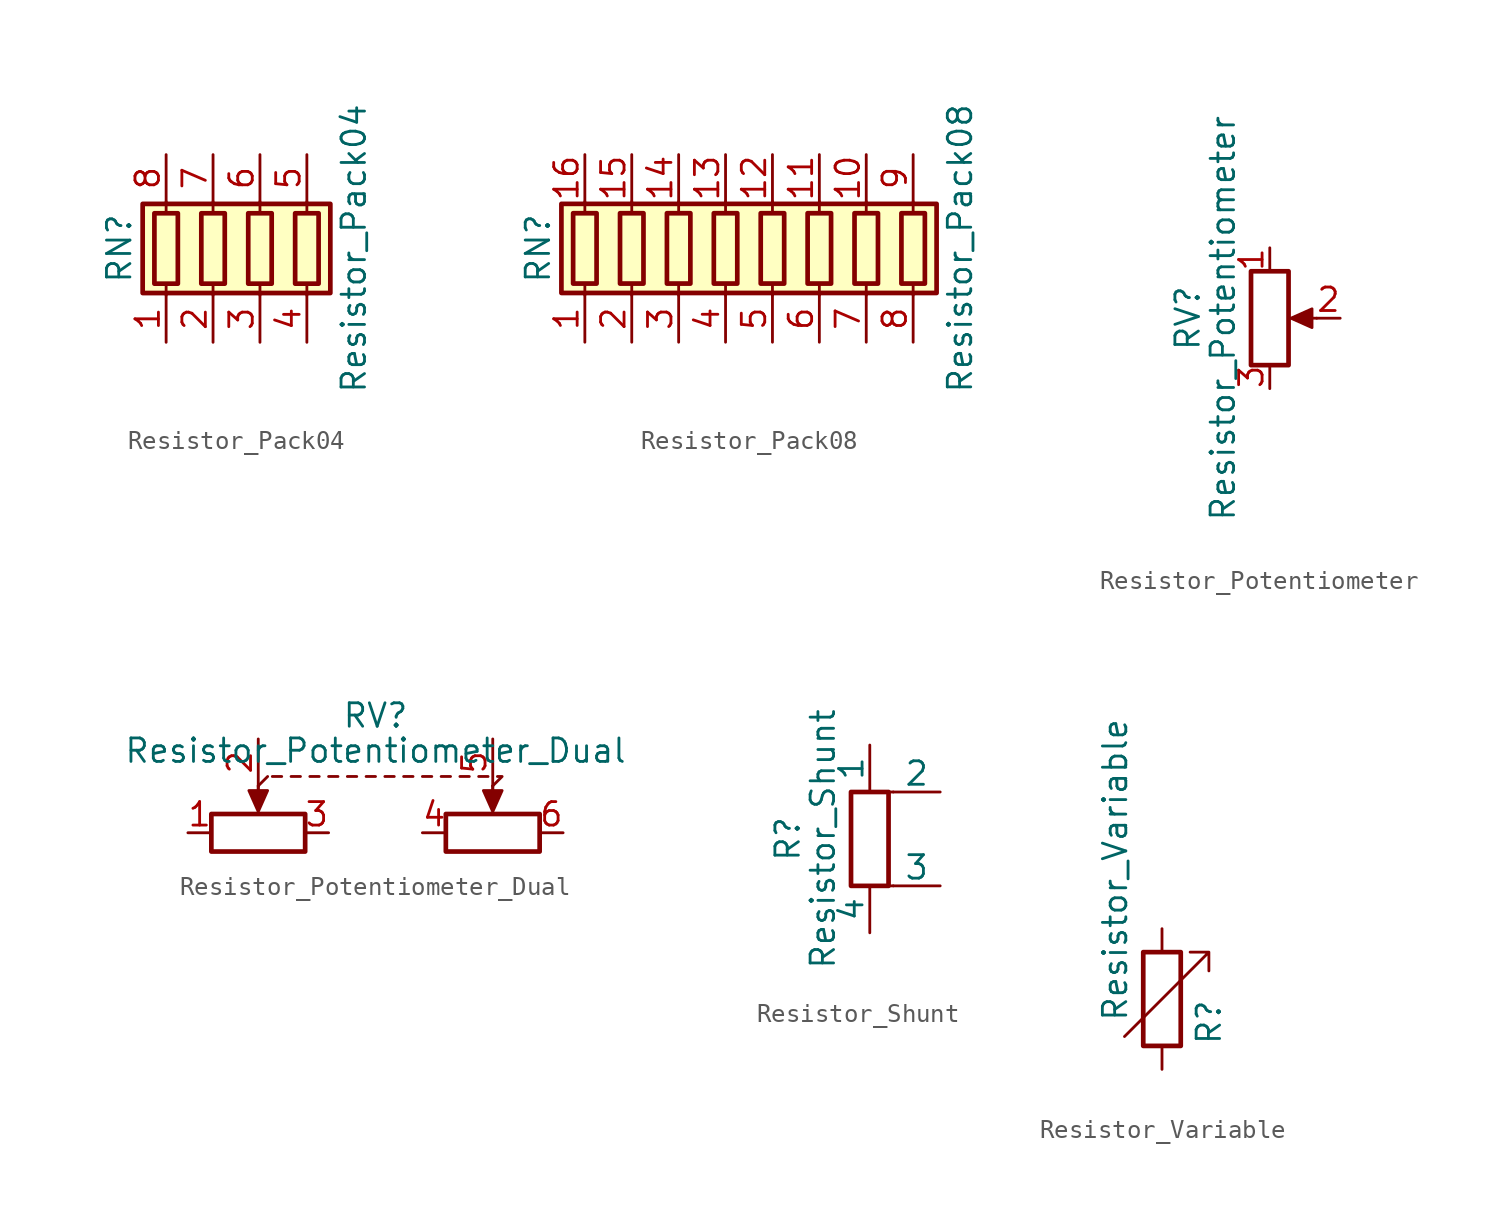
<source format=kicad_sym>
(kicad_symbol_lib
  (version 20211014)
  (generator kicad_symbol_editor)
  (symbol "Resistor_Pack04"
    (pin_names
      (offset 0) hide)
    (property "Reference" "RN"
      (at -7.62 0 90)
      (effects (font (size 1.27 1.27))))
    (property "Value" "Resistor_Pack04"
      (at 5.08 0 90)
      (effects (font (size 1.27 1.27))))
    (symbol "Resistor_Pack04_0_1"
      (rectangle (start -6.35 -2.413) (end 3.81 2.413) (stroke (width 0.254) (type default) (color 0 0 0 0)) (fill (type background)))
      (rectangle (start -5.715 1.905) (end -4.445 -1.905) (stroke (width 0.254) (type default) (color 0 0 0 0)) (fill (type none)))
      (rectangle (start -3.175 1.905) (end -1.905 -1.905) (stroke (width 0.254) (type default) (color 0 0 0 0)) (fill (type none)))
      (rectangle (start -0.635 1.905) (end 0.635 -1.905) (stroke (width 0.254) (type default) (color 0 0 0 0)) (fill (type none)))
      (polyline (pts (xy -5.08 -2.54) (xy -5.08 -1.905)) (stroke (width 0) (type default) (color 0 0 0 0)) (fill (type none)))
      (polyline (pts (xy -5.08 1.905) (xy -5.08 2.54)) (stroke (width 0) (type default) (color 0 0 0 0)) (fill (type none)))
      (polyline (pts (xy -2.54 -2.54) (xy -2.54 -1.905)) (stroke (width 0) (type default) (color 0 0 0 0)) (fill (type none)))
      (polyline (pts (xy -2.54 1.905) (xy -2.54 2.54)) (stroke (width 0) (type default) (color 0 0 0 0)) (fill (type none)))
      (polyline (pts (xy 0 -2.54) (xy 0 -1.905)) (stroke (width 0) (type default) (color 0 0 0 0)) (fill (type none)))
      (polyline (pts (xy 0 1.905) (xy 0 2.54)) (stroke (width 0) (type default) (color 0 0 0 0)) (fill (type none)))
      (polyline (pts (xy 2.54 -2.54) (xy 2.54 -1.905)) (stroke (width 0) (type default) (color 0 0 0 0)) (fill (type none)))
      (polyline (pts (xy 2.54 1.905) (xy 2.54 2.54)) (stroke (width 0) (type default) (color 0 0 0 0)) (fill (type none)))
      (rectangle (start 1.905 1.905) (end 3.175 -1.905) (stroke (width 0.254) (type default) (color 0 0 0 0)) (fill (type none))))
    (symbol "Resistor_Pack04_1_1"
      (pin passive line (at -5.08 -5.08 90) (length 2.54) (name "R1.1" (effects (font (size 1.27 1.27)))) (number "1" (effects (font (size 1.27 1.27)))))
      (pin passive line (at -2.54 -5.08 90) (length 2.54) (name "R2.1" (effects (font (size 1.27 1.27)))) (number "2" (effects (font (size 1.27 1.27)))))
      (pin passive line (at 0 -5.08 90) (length 2.54) (name "R3.1" (effects (font (size 1.27 1.27)))) (number "3" (effects (font (size 1.27 1.27)))))
      (pin passive line (at 2.54 -5.08 90) (length 2.54) (name "R4.1" (effects (font (size 1.27 1.27)))) (number "4" (effects (font (size 1.27 1.27)))))
      (pin passive line (at 2.54 5.08 270) (length 2.54) (name "R4.2" (effects (font (size 1.27 1.27)))) (number "5" (effects (font (size 1.27 1.27)))))
      (pin passive line (at 0 5.08 270) (length 2.54) (name "R3.2" (effects (font (size 1.27 1.27)))) (number "6" (effects (font (size 1.27 1.27)))))
      (pin passive line (at -2.54 5.08 270) (length 2.54) (name "R2.2" (effects (font (size 1.27 1.27)))) (number "7" (effects (font (size 1.27 1.27)))))
      (pin passive line (at -5.08 5.08 270) (length 2.54) (name "R1.2" (effects (font (size 1.27 1.27)))) (number "8" (effects (font (size 1.27 1.27)))))))
  (symbol "Resistor_Pack08"
    (pin_names
      (offset 0) hide)
    (property "Reference" "RN"
      (at -12.7 0 90)
      (effects (font (size 1.27 1.27))))
    (property "Value" "Resistor_Pack08"
      (at 10.16 0 90)
      (effects (font (size 1.27 1.27))))
    (symbol "Resistor_Pack08_0_1"
      (rectangle (start -11.43 -2.413) (end 8.89 2.413) (stroke (width 0.254) (type default) (color 0 0 0 0)) (fill (type background)))
      (rectangle (start -10.795 1.905) (end -9.525 -1.905) (stroke (width 0.254) (type default) (color 0 0 0 0)) (fill (type none)))
      (rectangle (start -8.255 1.905) (end -6.985 -1.905) (stroke (width 0.254) (type default) (color 0 0 0 0)) (fill (type none)))
      (rectangle (start -5.715 1.905) (end -4.445 -1.905) (stroke (width 0.254) (type default) (color 0 0 0 0)) (fill (type none)))
      (rectangle (start -3.175 1.905) (end -1.905 -1.905) (stroke (width 0.254) (type default) (color 0 0 0 0)) (fill (type none)))
      (rectangle (start -0.635 1.905) (end 0.635 -1.905) (stroke (width 0.254) (type default) (color 0 0 0 0)) (fill (type none)))
      (polyline (pts (xy -10.16 -2.54) (xy -10.16 -1.905)) (stroke (width 0) (type default) (color 0 0 0 0)) (fill (type none)))
      (polyline (pts (xy -10.16 1.905) (xy -10.16 2.54)) (stroke (width 0) (type default) (color 0 0 0 0)) (fill (type none)))
      (polyline (pts (xy -7.62 -2.54) (xy -7.62 -1.905)) (stroke (width 0) (type default) (color 0 0 0 0)) (fill (type none)))
      (polyline (pts (xy -7.62 1.905) (xy -7.62 2.54)) (stroke (width 0) (type default) (color 0 0 0 0)) (fill (type none)))
      (polyline (pts (xy -5.08 -2.54) (xy -5.08 -1.905)) (stroke (width 0) (type default) (color 0 0 0 0)) (fill (type none)))
      (polyline (pts (xy -5.08 1.905) (xy -5.08 2.54)) (stroke (width 0) (type default) (color 0 0 0 0)) (fill (type none)))
      (polyline (pts (xy -2.54 -2.54) (xy -2.54 -1.905)) (stroke (width 0) (type default) (color 0 0 0 0)) (fill (type none)))
      (polyline (pts (xy -2.54 1.905) (xy -2.54 2.54)) (stroke (width 0) (type default) (color 0 0 0 0)) (fill (type none)))
      (polyline (pts (xy 0 -2.54) (xy 0 -1.905)) (stroke (width 0) (type default) (color 0 0 0 0)) (fill (type none)))
      (polyline (pts (xy 0 1.905) (xy 0 2.54)) (stroke (width 0) (type default) (color 0 0 0 0)) (fill (type none)))
      (polyline (pts (xy 2.54 -2.54) (xy 2.54 -1.905)) (stroke (width 0) (type default) (color 0 0 0 0)) (fill (type none)))
      (polyline (pts (xy 2.54 1.905) (xy 2.54 2.54)) (stroke (width 0) (type default) (color 0 0 0 0)) (fill (type none)))
      (polyline (pts (xy 5.08 -2.54) (xy 5.08 -1.905)) (stroke (width 0) (type default) (color 0 0 0 0)) (fill (type none)))
      (polyline (pts (xy 5.08 1.905) (xy 5.08 2.54)) (stroke (width 0) (type default) (color 0 0 0 0)) (fill (type none)))
      (polyline (pts (xy 7.62 -2.54) (xy 7.62 -1.905)) (stroke (width 0) (type default) (color 0 0 0 0)) (fill (type none)))
      (polyline (pts (xy 7.62 1.905) (xy 7.62 2.54)) (stroke (width 0) (type default) (color 0 0 0 0)) (fill (type none)))
      (rectangle (start 1.905 1.905) (end 3.175 -1.905) (stroke (width 0.254) (type default) (color 0 0 0 0)) (fill (type none)))
      (rectangle (start 4.445 1.905) (end 5.715 -1.905) (stroke (width 0.254) (type default) (color 0 0 0 0)) (fill (type none)))
      (rectangle (start 6.985 1.905) (end 8.255 -1.905) (stroke (width 0.254) (type default) (color 0 0 0 0)) (fill (type none))))
    (symbol "Resistor_Pack08_1_1"
      (pin passive line (at -10.16 -5.08 90) (length 2.54) (name "R1.1" (effects (font (size 1.27 1.27)))) (number "1" (effects (font (size 1.27 1.27)))))
      (pin passive line (at 5.08 5.08 270) (length 2.54) (name "R7.2" (effects (font (size 1.27 1.27)))) (number "10" (effects (font (size 1.27 1.27)))))
      (pin passive line (at 2.54 5.08 270) (length 2.54) (name "R6.2" (effects (font (size 1.27 1.27)))) (number "11" (effects (font (size 1.27 1.27)))))
      (pin passive line (at 0 5.08 270) (length 2.54) (name "R5.2" (effects (font (size 1.27 1.27)))) (number "12" (effects (font (size 1.27 1.27)))))
      (pin passive line (at -2.54 5.08 270) (length 2.54) (name "R4.2" (effects (font (size 1.27 1.27)))) (number "13" (effects (font (size 1.27 1.27)))))
      (pin passive line (at -5.08 5.08 270) (length 2.54) (name "R3.2" (effects (font (size 1.27 1.27)))) (number "14" (effects (font (size 1.27 1.27)))))
      (pin passive line (at -7.62 5.08 270) (length 2.54) (name "R2.2" (effects (font (size 1.27 1.27)))) (number "15" (effects (font (size 1.27 1.27)))))
      (pin passive line (at -10.16 5.08 270) (length 2.54) (name "R1.2" (effects (font (size 1.27 1.27)))) (number "16" (effects (font (size 1.27 1.27)))))
      (pin passive line (at -7.62 -5.08 90) (length 2.54) (name "R2.1" (effects (font (size 1.27 1.27)))) (number "2" (effects (font (size 1.27 1.27)))))
      (pin passive line (at -5.08 -5.08 90) (length 2.54) (name "R3.1" (effects (font (size 1.27 1.27)))) (number "3" (effects (font (size 1.27 1.27)))))
      (pin passive line (at -2.54 -5.08 90) (length 2.54) (name "R4.1" (effects (font (size 1.27 1.27)))) (number "4" (effects (font (size 1.27 1.27)))))
      (pin passive line (at 0 -5.08 90) (length 2.54) (name "R5.1" (effects (font (size 1.27 1.27)))) (number "5" (effects (font (size 1.27 1.27)))))
      (pin passive line (at 2.54 -5.08 90) (length 2.54) (name "R6.1" (effects (font (size 1.27 1.27)))) (number "6" (effects (font (size 1.27 1.27)))))
      (pin passive line (at 5.08 -5.08 90) (length 2.54) (name "R7.1" (effects (font (size 1.27 1.27)))) (number "7" (effects (font (size 1.27 1.27)))))
      (pin passive line (at 7.62 -5.08 90) (length 2.54) (name "R8.1" (effects (font (size 1.27 1.27)))) (number "8" (effects (font (size 1.27 1.27)))))
      (pin passive line (at 7.62 5.08 270) (length 2.54) (name "R8.2" (effects (font (size 1.27 1.27)))) (number "9" (effects (font (size 1.27 1.27)))))))
  (symbol "Resistor_Potentiometer"
    (pin_names
      (offset 1.016) hide)
    (property "Reference" "RV"
      (at -4.445 -3.81 90)
      (effects (font (size 1.27 1.27))))
    (property "Value" "Resistor_Potentiometer"
      (at -2.54 -3.81 90)
      (effects (font (size 1.27 1.27))))
    (symbol "Resistor_Potentiometer_0_1"
      (polyline (pts (xy 2.54 -3.81) (xy 1.524 -3.81)) (stroke (width 0) (type default) (color 0 0 0 0)) (fill (type none)))
      (polyline (pts (xy 1.143 -3.81) (xy 2.286 -3.302) (xy 2.286 -4.318) (xy 1.143 -3.81)) (stroke (width 0) (type default) (color 0 0 0 0)) (fill (type outline)))
      (rectangle (start 1.016 -1.27) (end -1.016 -6.35) (stroke (width 0.254) (type default) (color 0 0 0 0)) (fill (type none))))
    (symbol "Resistor_Potentiometer_1_1"
      (pin passive line (at 0 0 270) (length 1.27) (name "1" (effects (font (size 1.27 1.27)))) (number "1" (effects (font (size 1.27 1.27)))))
      (pin passive line (at 3.81 -3.81 180) (length 1.27) (name "2" (effects (font (size 1.27 1.27)))) (number "2" (effects (font (size 1.27 1.27)))))
      (pin passive line (at 0 -7.62 90) (length 1.27) (name "3" (effects (font (size 1.27 1.27)))) (number "3" (effects (font (size 1.27 1.27)))))))
  (symbol "Resistor_Potentiometer_Dual"
    (pin_names
      (offset 1.016) hide)
    (property "Reference" "RV"
      (at 0 3.81 0)
      (effects (font (size 1.27 1.27))))
    (property "Value" "Resistor_Potentiometer_Dual"
      (at 0 1.905 0)
      (effects (font (size 1.27 1.27))))
    (symbol "Resistor_Potentiometer_Dual_0_1"
      (rectangle (start -8.89 -1.524) (end -3.81 -3.556) (stroke (width 0.254) (type default) (color 0 0 0 0)) (fill (type none)))
      (polyline (pts (xy -6.35 0) (xy -6.35 -1.016)) (stroke (width 0) (type default) (color 0 0 0 0)) (fill (type none)))
      (polyline (pts (xy -6.35 0) (xy -6.35 -1.016)) (stroke (width 0) (type default) (color 0 0 0 0)) (fill (type none)))
      (polyline (pts (xy -6.35 0) (xy -5.842 0.508)) (stroke (width 0) (type default) (color 0 0 0 0)) (fill (type none)))
      (polyline (pts (xy -5.588 0.508) (xy -5.08 0.508)) (stroke (width 0) (type default) (color 0 0 0 0)) (fill (type none)))
      (polyline (pts (xy -4.572 0.508) (xy -4.064 0.508)) (stroke (width 0) (type default) (color 0 0 0 0)) (fill (type none)))
      (polyline (pts (xy -3.556 0.508) (xy -3.048 0.508)) (stroke (width 0) (type default) (color 0 0 0 0)) (fill (type none)))
      (polyline (pts (xy -2.54 0.508) (xy -2.032 0.508)) (stroke (width 0) (type default) (color 0 0 0 0)) (fill (type none)))
      (polyline (pts (xy -1.524 0.508) (xy -1.016 0.508)) (stroke (width 0) (type default) (color 0 0 0 0)) (fill (type none)))
      (polyline (pts (xy -0.508 0.508) (xy 0 0.508)) (stroke (width 0) (type default) (color 0 0 0 0)) (fill (type none)))
      (polyline (pts (xy 0.508 0.508) (xy 1.016 0.508)) (stroke (width 0) (type default) (color 0 0 0 0)) (fill (type none)))
      (polyline (pts (xy 1.524 0.508) (xy 2.032 0.508)) (stroke (width 0) (type default) (color 0 0 0 0)) (fill (type none)))
      (polyline (pts (xy 2.54 0.508) (xy 3.048 0.508)) (stroke (width 0) (type default) (color 0 0 0 0)) (fill (type none)))
      (polyline (pts (xy 3.556 0.508) (xy 4.064 0.508)) (stroke (width 0) (type default) (color 0 0 0 0)) (fill (type none)))
      (polyline (pts (xy 4.572 0.508) (xy 5.08 0.508)) (stroke (width 0) (type default) (color 0 0 0 0)) (fill (type none)))
      (polyline (pts (xy 5.588 0.508) (xy 6.096 0.508)) (stroke (width 0) (type default) (color 0 0 0 0)) (fill (type none)))
      (polyline (pts (xy 6.35 0) (xy 6.35 -1.016)) (stroke (width 0) (type default) (color 0 0 0 0)) (fill (type none)))
      (polyline (pts (xy 6.35 0) (xy 6.35 -1.016)) (stroke (width 0) (type default) (color 0 0 0 0)) (fill (type none)))
      (polyline (pts (xy 6.604 0.508) (xy 6.858 0.508) (xy 6.35 0)) (stroke (width 0) (type default) (color 0 0 0 0)) (fill (type none)))
      (polyline (pts (xy -6.35 -1.397) (xy -6.858 -0.254) (xy -5.842 -0.254) (xy -6.35 -1.397)) (stroke (width 0) (type default) (color 0 0 0 0)) (fill (type outline)))
      (polyline (pts (xy 6.35 -1.397) (xy 5.842 -0.254) (xy 6.858 -0.254) (xy 6.35 -1.397)) (stroke (width 0) (type default) (color 0 0 0 0)) (fill (type outline)))
      (rectangle (start 3.81 -1.524) (end 8.89 -3.556) (stroke (width 0.254) (type default) (color 0 0 0 0)) (fill (type none))))
    (symbol "Resistor_Potentiometer_Dual_1_1"
      (pin passive line (at -10.16 -2.54 0) (length 1.27) (name "1" (effects (font (size 1.27 1.27)))) (number "1" (effects (font (size 1.27 1.27)))))
      (pin passive line (at -6.35 2.54 270) (length 2.54) (name "2" (effects (font (size 1.27 1.27)))) (number "2" (effects (font (size 1.27 1.27)))))
      (pin passive line (at -2.54 -2.54 180) (length 1.27) (name "3" (effects (font (size 1.27 1.27)))) (number "3" (effects (font (size 1.27 1.27)))))
      (pin passive line (at 2.54 -2.54 0) (length 1.27) (name "4" (effects (font (size 1.27 1.27)))) (number "4" (effects (font (size 1.27 1.27)))))
      (pin passive line (at 6.35 2.54 270) (length 2.54) (name "5" (effects (font (size 1.27 1.27)))) (number "5" (effects (font (size 1.27 1.27)))))
      (pin passive line (at 10.16 -2.54 180) (length 1.27) (name "6" (effects (font (size 1.27 1.27)))) (number "6" (effects (font (size 1.27 1.27)))))))
  (symbol "Resistor_Shunt"
    (pin_numbers hide)
    (pin_names
      (offset 0))
    (property "Reference" "R"
      (at -4.445 0 90)
      (effects (font (size 1.27 1.27))))
    (property "Value" "Resistor_Shunt"
      (at -2.54 0 90)
      (effects (font (size 1.27 1.27))))
    (symbol "Resistor_Shunt_0_1"
      (rectangle (start -1.016 -2.54) (end 1.016 2.54) (stroke (width 0.254) (type default) (color 0 0 0 0)) (fill (type none)))
      (polyline (pts (xy 0 -2.54) (xy 1.27 -2.54)) (stroke (width 0) (type default) (color 0 0 0 0)) (fill (type none)))
      (polyline (pts (xy 1.27 2.54) (xy 0 2.54)) (stroke (width 0) (type default) (color 0 0 0 0)) (fill (type none))))
    (symbol "Resistor_Shunt_1_1"
      (pin passive line (at 0 5.08 270) (length 2.54) (name "1" (effects (font (size 1.27 1.27)))) (number "1" (effects (font (size 1.27 1.27)))))
      (pin passive line (at 3.81 2.54 180) (length 2.54) (name "2" (effects (font (size 1.27 1.27)))) (number "2" (effects (font (size 1.27 1.27)))))
      (pin passive line (at 3.81 -2.54 180) (length 2.54) (name "3" (effects (font (size 1.27 1.27)))) (number "3" (effects (font (size 1.27 1.27)))))
      (pin passive line (at 0 -5.08 90) (length 2.54) (name "4" (effects (font (size 1.27 1.27)))) (number "4" (effects (font (size 1.27 1.27)))))))
  (symbol "Resistor_Variable"
    (pin_numbers hide)
    (pin_names
      (offset 0))
    (property "Reference" "R"
      (at 2.54 -6.35 90)
      (effects (font (size 1.27 1.27)) (justify left)))
    (property "Value" "Resistor_Variable"
      (at -2.54 -5.08 90)
      (effects (font (size 1.27 1.27)) (justify left)))
    (symbol "Resistor_Variable_0_1"
      (rectangle (start -1.016 -6.35) (end 1.016 -1.27) (stroke (width 0.254) (type default) (color 0 0 0 0)) (fill (type none)))
      (polyline (pts (xy 2.54 -2.286) (xy 2.54 -1.27) (xy 1.524 -1.27) (xy 2.54 -1.27) (xy -2.032 -5.842)) (stroke (width 0) (type default) (color 0 0 0 0)) (fill (type none))))
    (symbol "Resistor_Variable_1_1"
      (pin passive line (at 0 0 270) (length 1.27) (name "~" (effects (font (size 1.27 1.27)))) (number "1" (effects (font (size 1.27 1.27)))))
      (pin passive line (at 0 -7.62 90) (length 1.27) (name "~" (effects (font (size 1.27 1.27)))) (number "2" (effects (font (size 1.27 1.27))))))))
</source>
